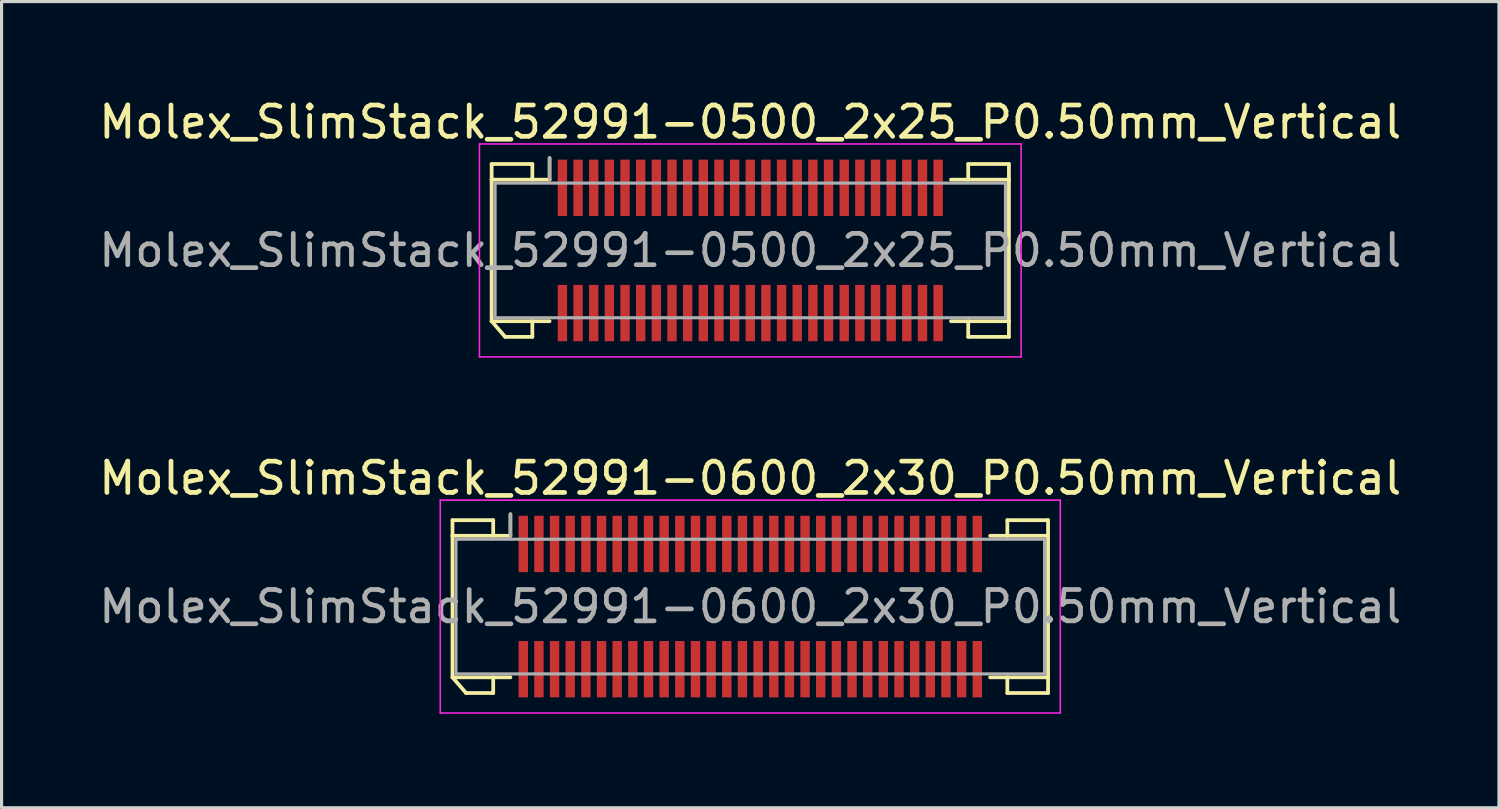
<source format=kicad_pcb>
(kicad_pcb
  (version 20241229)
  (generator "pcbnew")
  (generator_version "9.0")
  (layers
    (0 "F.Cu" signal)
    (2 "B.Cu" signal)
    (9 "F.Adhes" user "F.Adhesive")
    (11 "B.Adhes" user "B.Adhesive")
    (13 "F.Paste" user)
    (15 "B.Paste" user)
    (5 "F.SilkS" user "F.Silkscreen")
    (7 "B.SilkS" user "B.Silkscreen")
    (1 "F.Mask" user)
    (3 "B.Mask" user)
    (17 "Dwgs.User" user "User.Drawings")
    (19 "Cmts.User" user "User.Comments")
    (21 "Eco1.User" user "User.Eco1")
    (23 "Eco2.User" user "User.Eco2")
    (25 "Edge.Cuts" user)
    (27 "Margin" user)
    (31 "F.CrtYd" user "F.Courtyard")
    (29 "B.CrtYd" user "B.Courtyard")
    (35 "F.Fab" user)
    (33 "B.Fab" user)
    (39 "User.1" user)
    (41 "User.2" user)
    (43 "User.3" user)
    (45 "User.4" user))
  (footprint "Molex_SlimStack_52991-0500_2x25_P0.50mm_Vertical"
    (layer "F.Cu")
    (at 20.911 4.948)
    (property "Reference" "Molex_SlimStack_52991-0500_2x25_P0.50mm_Vertical" (at 0 -4.1 0) (layer "F.SilkS") (effects (font (size 1 1) (thickness 0.15))))
    (attr smd)
    (fp_line (start -8.26 -2.76) (end -6.96 -2.76) (stroke (width 0.12) (type solid)) (layer "F.SilkS"))
    (fp_line (start -8.26 -2.26) (end -8.26 -2.76) (stroke (width 0.12) (type solid)) (layer "F.SilkS"))
    (fp_line (start -8.26 -2.26) (end -6.41 -2.26) (stroke (width 0.12) (type solid)) (layer "F.SilkS"))
    (fp_line (start -8.26 2.26) (end -8.26 -2.26) (stroke (width 0.12) (type solid)) (layer "F.SilkS"))
    (fp_line (start -8.26 2.26) (end -7.827 2.76) (stroke (width 0.12) (type solid)) (layer "F.SilkS"))
    (fp_line (start -7.827 2.76) (end -6.96 2.76) (stroke (width 0.12) (type solid)) (layer "F.SilkS"))
    (fp_line (start -6.96 -2.76) (end -6.96 -2.26) (stroke (width 0.12) (type solid)) (layer "F.SilkS"))
    (fp_line (start -6.96 2.76) (end -6.96 2.26) (stroke (width 0.12) (type solid)) (layer "F.SilkS"))
    (fp_line (start -6.41 -2.26) (end -6.41 -2.95) (stroke (width 0.12) (type solid)) (layer "F.SilkS"))
    (fp_line (start -6.41 2.26) (end -8.26 2.26) (stroke (width 0.12) (type solid)) (layer "F.SilkS"))
    (fp_line (start 6.41 2.26) (end 8.26 2.26) (stroke (width 0.12) (type solid)) (layer "F.SilkS"))
    (fp_line (start 6.96 -2.76) (end 6.96 -2.26) (stroke (width 0.12) (type solid)) (layer "F.SilkS"))
    (fp_line (start 6.96 2.76) (end 6.96 2.26) (stroke (width 0.12) (type solid)) (layer "F.SilkS"))
    (fp_line (start 8.26 -2.76) (end 6.96 -2.76) (stroke (width 0.12) (type solid)) (layer "F.SilkS"))
    (fp_line (start 8.26 -2.26) (end 6.41 -2.26) (stroke (width 0.12) (type solid)) (layer "F.SilkS"))
    (fp_line (start 8.26 -2.26) (end 8.26 -2.76) (stroke (width 0.12) (type solid)) (layer "F.SilkS"))
    (fp_line (start 8.26 2.26) (end 8.26 -2.26) (stroke (width 0.12) (type solid)) (layer "F.SilkS"))
    (fp_line (start 8.26 2.26) (end 8.26 2.76) (stroke (width 0.12) (type solid)) (layer "F.SilkS"))
    (fp_line (start 8.26 2.76) (end 6.96 2.76) (stroke (width 0.12) (type solid)) (layer "F.SilkS"))
    (fp_line (start -8.65 -3.4) (end -8.65 3.4) (stroke (width 0.05) (type solid)) (layer "F.CrtYd"))
    (fp_line (start -8.65 3.4) (end 8.65 3.4) (stroke (width 0.05) (type solid)) (layer "F.CrtYd"))
    (fp_line (start 8.65 -3.4) (end -8.65 -3.4) (stroke (width 0.05) (type solid)) (layer "F.CrtYd"))
    (fp_line (start 8.65 3.4) (end 8.65 -3.4) (stroke (width 0.05) (type solid)) (layer "F.CrtYd"))
    (fp_line (start -8.15 -2.15) (end -8.15 2.15) (stroke (width 0.1) (type solid)) (layer "F.Fab"))
    (fp_line (start -8.15 2.15) (end 8.15 2.15) (stroke (width 0.1) (type solid)) (layer "F.Fab"))
    (fp_line (start -6.41 -2.26) (end -6.41 -2.95) (stroke (width 0.1) (type solid)) (layer "F.Fab"))
    (fp_line (start 8.15 -2.15) (end -8.15 -2.15) (stroke (width 0.1) (type solid)) (layer "F.Fab"))
    (fp_line (start 8.15 2.15) (end 8.15 -2.15) (stroke (width 0.1) (type solid)) (layer "F.Fab"))
    (fp_text user "${REFERENCE}" (at 0 0 0) (layer "F.Fab") (effects (font (size 1 1) (thickness 0.15))))
    (pad "1" smd rect (at -6 -2) (size 0.3 1.8) (layers "F.Cu" "F.Mask" "F.Paste"))
    (pad "2" smd rect (at -6 2) (size 0.3 1.8) (layers "F.Cu" "F.Mask" "F.Paste"))
    (pad "3" smd rect (at -5.5 -2) (size 0.3 1.8) (layers "F.Cu" "F.Mask" "F.Paste"))
    (pad "4" smd rect (at -5.5 2) (size 0.3 1.8) (layers "F.Cu" "F.Mask" "F.Paste"))
    (pad "5" smd rect (at -5 -2) (size 0.3 1.8) (layers "F.Cu" "F.Mask" "F.Paste"))
    (pad "6" smd rect (at -5 2) (size 0.3 1.8) (layers "F.Cu" "F.Mask" "F.Paste"))
    (pad "7" smd rect (at -4.5 -2) (size 0.3 1.8) (layers "F.Cu" "F.Mask" "F.Paste"))
    (pad "8" smd rect (at -4.5 2) (size 0.3 1.8) (layers "F.Cu" "F.Mask" "F.Paste"))
    (pad "9" smd rect (at -4 -2) (size 0.3 1.8) (layers "F.Cu" "F.Mask" "F.Paste"))
    (pad "10" smd rect (at -4 2) (size 0.3 1.8) (layers "F.Cu" "F.Mask" "F.Paste"))
    (pad "11" smd rect (at -3.5 -2) (size 0.3 1.8) (layers "F.Cu" "F.Mask" "F.Paste"))
    (pad "12" smd rect (at -3.5 2) (size 0.3 1.8) (layers "F.Cu" "F.Mask" "F.Paste"))
    (pad "13" smd rect (at -3 -2) (size 0.3 1.8) (layers "F.Cu" "F.Mask" "F.Paste"))
    (pad "14" smd rect (at -3 2) (size 0.3 1.8) (layers "F.Cu" "F.Mask" "F.Paste"))
    (pad "15" smd rect (at -2.5 -2) (size 0.3 1.8) (layers "F.Cu" "F.Mask" "F.Paste"))
    (pad "16" smd rect (at -2.5 2) (size 0.3 1.8) (layers "F.Cu" "F.Mask" "F.Paste"))
    (pad "17" smd rect (at -2 -2) (size 0.3 1.8) (layers "F.Cu" "F.Mask" "F.Paste"))
    (pad "18" smd rect (at -2 2) (size 0.3 1.8) (layers "F.Cu" "F.Mask" "F.Paste"))
    (pad "19" smd rect (at -1.5 -2) (size 0.3 1.8) (layers "F.Cu" "F.Mask" "F.Paste"))
    (pad "20" smd rect (at -1.5 2) (size 0.3 1.8) (layers "F.Cu" "F.Mask" "F.Paste"))
    (pad "21" smd rect (at -1 -2) (size 0.3 1.8) (layers "F.Cu" "F.Mask" "F.Paste"))
    (pad "22" smd rect (at -1 2) (size 0.3 1.8) (layers "F.Cu" "F.Mask" "F.Paste"))
    (pad "23" smd rect (at -0.5 -2) (size 0.3 1.8) (layers "F.Cu" "F.Mask" "F.Paste"))
    (pad "24" smd rect (at -0.5 2) (size 0.3 1.8) (layers "F.Cu" "F.Mask" "F.Paste"))
    (pad "25" smd rect (at 0 -2) (size 0.3 1.8) (layers "F.Cu" "F.Mask" "F.Paste"))
    (pad "26" smd rect (at 0 2) (size 0.3 1.8) (layers "F.Cu" "F.Mask" "F.Paste"))
    (pad "27" smd rect (at 0.5 -2) (size 0.3 1.8) (layers "F.Cu" "F.Mask" "F.Paste"))
    (pad "28" smd rect (at 0.5 2) (size 0.3 1.8) (layers "F.Cu" "F.Mask" "F.Paste"))
    (pad "29" smd rect (at 1 -2) (size 0.3 1.8) (layers "F.Cu" "F.Mask" "F.Paste"))
    (pad "30" smd rect (at 1 2) (size 0.3 1.8) (layers "F.Cu" "F.Mask" "F.Paste"))
    (pad "31" smd rect (at 1.5 -2) (size 0.3 1.8) (layers "F.Cu" "F.Mask" "F.Paste"))
    (pad "32" smd rect (at 1.5 2) (size 0.3 1.8) (layers "F.Cu" "F.Mask" "F.Paste"))
    (pad "33" smd rect (at 2 -2) (size 0.3 1.8) (layers "F.Cu" "F.Mask" "F.Paste"))
    (pad "34" smd rect (at 2 2) (size 0.3 1.8) (layers "F.Cu" "F.Mask" "F.Paste"))
    (pad "35" smd rect (at 2.5 -2) (size 0.3 1.8) (layers "F.Cu" "F.Mask" "F.Paste"))
    (pad "36" smd rect (at 2.5 2) (size 0.3 1.8) (layers "F.Cu" "F.Mask" "F.Paste"))
    (pad "37" smd rect (at 3 -2) (size 0.3 1.8) (layers "F.Cu" "F.Mask" "F.Paste"))
    (pad "38" smd rect (at 3 2) (size 0.3 1.8) (layers "F.Cu" "F.Mask" "F.Paste"))
    (pad "39" smd rect (at 3.5 -2) (size 0.3 1.8) (layers "F.Cu" "F.Mask" "F.Paste"))
    (pad "40" smd rect (at 3.5 2) (size 0.3 1.8) (layers "F.Cu" "F.Mask" "F.Paste"))
    (pad "41" smd rect (at 4 -2) (size 0.3 1.8) (layers "F.Cu" "F.Mask" "F.Paste"))
    (pad "42" smd rect (at 4 2) (size 0.3 1.8) (layers "F.Cu" "F.Mask" "F.Paste"))
    (pad "43" smd rect (at 4.5 -2) (size 0.3 1.8) (layers "F.Cu" "F.Mask" "F.Paste"))
    (pad "44" smd rect (at 4.5 2) (size 0.3 1.8) (layers "F.Cu" "F.Mask" "F.Paste"))
    (pad "45" smd rect (at 5 -2) (size 0.3 1.8) (layers "F.Cu" "F.Mask" "F.Paste"))
    (pad "46" smd rect (at 5 2) (size 0.3 1.8) (layers "F.Cu" "F.Mask" "F.Paste"))
    (pad "47" smd rect (at 5.5 -2) (size 0.3 1.8) (layers "F.Cu" "F.Mask" "F.Paste"))
    (pad "48" smd rect (at 5.5 2) (size 0.3 1.8) (layers "F.Cu" "F.Mask" "F.Paste"))
    (pad "49" smd rect (at 6 -2) (size 0.3 1.8) (layers "F.Cu" "F.Mask" "F.Paste"))
    (pad "50" smd rect (at 6 2) (size 0.3 1.8) (layers "F.Cu" "F.Mask" "F.Paste")))
  (footprint "Molex_SlimStack_52991-0600_2x30_P0.50mm_Vertical"
    (layer "F.Cu")
    (at 20.911 16.322)
    (property "Reference" "Molex_SlimStack_52991-0600_2x30_P0.50mm_Vertical" (at 0 -4.1 0) (layer "F.SilkS") (effects (font (size 1 1) (thickness 0.15))))
    (attr smd)
    (fp_line (start -9.51 -2.76) (end -8.21 -2.76) (stroke (width 0.12) (type solid)) (layer "F.SilkS"))
    (fp_line (start -9.51 -2.26) (end -9.51 -2.76) (stroke (width 0.12) (type solid)) (layer "F.SilkS"))
    (fp_line (start -9.51 -2.26) (end -7.66 -2.26) (stroke (width 0.12) (type solid)) (layer "F.SilkS"))
    (fp_line (start -9.51 2.26) (end -9.51 -2.26) (stroke (width 0.12) (type solid)) (layer "F.SilkS"))
    (fp_line (start -9.51 2.26) (end -9.077 2.76) (stroke (width 0.12) (type solid)) (layer "F.SilkS"))
    (fp_line (start -9.077 2.76) (end -8.21 2.76) (stroke (width 0.12) (type solid)) (layer "F.SilkS"))
    (fp_line (start -8.21 -2.76) (end -8.21 -2.26) (stroke (width 0.12) (type solid)) (layer "F.SilkS"))
    (fp_line (start -8.21 2.76) (end -8.21 2.26) (stroke (width 0.12) (type solid)) (layer "F.SilkS"))
    (fp_line (start -7.66 -2.26) (end -7.66 -2.95) (stroke (width 0.12) (type solid)) (layer "F.SilkS"))
    (fp_line (start -7.66 2.26) (end -9.51 2.26) (stroke (width 0.12) (type solid)) (layer "F.SilkS"))
    (fp_line (start 7.66 2.26) (end 9.51 2.26) (stroke (width 0.12) (type solid)) (layer "F.SilkS"))
    (fp_line (start 8.21 -2.76) (end 8.21 -2.26) (stroke (width 0.12) (type solid)) (layer "F.SilkS"))
    (fp_line (start 8.21 2.76) (end 8.21 2.26) (stroke (width 0.12) (type solid)) (layer "F.SilkS"))
    (fp_line (start 9.51 -2.76) (end 8.21 -2.76) (stroke (width 0.12) (type solid)) (layer "F.SilkS"))
    (fp_line (start 9.51 -2.26) (end 7.66 -2.26) (stroke (width 0.12) (type solid)) (layer "F.SilkS"))
    (fp_line (start 9.51 -2.26) (end 9.51 -2.76) (stroke (width 0.12) (type solid)) (layer "F.SilkS"))
    (fp_line (start 9.51 2.26) (end 9.51 -2.26) (stroke (width 0.12) (type solid)) (layer "F.SilkS"))
    (fp_line (start 9.51 2.26) (end 9.51 2.76) (stroke (width 0.12) (type solid)) (layer "F.SilkS"))
    (fp_line (start 9.51 2.76) (end 8.21 2.76) (stroke (width 0.12) (type solid)) (layer "F.SilkS"))
    (fp_line (start -9.9 -3.4) (end -9.9 3.4) (stroke (width 0.05) (type solid)) (layer "F.CrtYd"))
    (fp_line (start -9.9 3.4) (end 9.9 3.4) (stroke (width 0.05) (type solid)) (layer "F.CrtYd"))
    (fp_line (start 9.9 -3.4) (end -9.9 -3.4) (stroke (width 0.05) (type solid)) (layer "F.CrtYd"))
    (fp_line (start 9.9 3.4) (end 9.9 -3.4) (stroke (width 0.05) (type solid)) (layer "F.CrtYd"))
    (fp_line (start -9.4 -2.15) (end -9.4 2.15) (stroke (width 0.1) (type solid)) (layer "F.Fab"))
    (fp_line (start -9.4 2.15) (end 9.4 2.15) (stroke (width 0.1) (type solid)) (layer "F.Fab"))
    (fp_line (start -7.66 -2.26) (end -7.66 -2.95) (stroke (width 0.1) (type solid)) (layer "F.Fab"))
    (fp_line (start 9.4 -2.15) (end -9.4 -2.15) (stroke (width 0.1) (type solid)) (layer "F.Fab"))
    (fp_line (start 9.4 2.15) (end 9.4 -2.15) (stroke (width 0.1) (type solid)) (layer "F.Fab"))
    (fp_text user "${REFERENCE}" (at 0 0 0) (layer "F.Fab") (effects (font (size 1 1) (thickness 0.15))))
    (pad "1" smd rect (at -7.25 -2) (size 0.3 1.8) (layers "F.Cu" "F.Mask" "F.Paste"))
    (pad "2" smd rect (at -7.25 2) (size 0.3 1.8) (layers "F.Cu" "F.Mask" "F.Paste"))
    (pad "3" smd rect (at -6.75 -2) (size 0.3 1.8) (layers "F.Cu" "F.Mask" "F.Paste"))
    (pad "4" smd rect (at -6.75 2) (size 0.3 1.8) (layers "F.Cu" "F.Mask" "F.Paste"))
    (pad "5" smd rect (at -6.25 -2) (size 0.3 1.8) (layers "F.Cu" "F.Mask" "F.Paste"))
    (pad "6" smd rect (at -6.25 2) (size 0.3 1.8) (layers "F.Cu" "F.Mask" "F.Paste"))
    (pad "7" smd rect (at -5.75 -2) (size 0.3 1.8) (layers "F.Cu" "F.Mask" "F.Paste"))
    (pad "8" smd rect (at -5.75 2) (size 0.3 1.8) (layers "F.Cu" "F.Mask" "F.Paste"))
    (pad "9" smd rect (at -5.25 -2) (size 0.3 1.8) (layers "F.Cu" "F.Mask" "F.Paste"))
    (pad "10" smd rect (at -5.25 2) (size 0.3 1.8) (layers "F.Cu" "F.Mask" "F.Paste"))
    (pad "11" smd rect (at -4.75 -2) (size 0.3 1.8) (layers "F.Cu" "F.Mask" "F.Paste"))
    (pad "12" smd rect (at -4.75 2) (size 0.3 1.8) (layers "F.Cu" "F.Mask" "F.Paste"))
    (pad "13" smd rect (at -4.25 -2) (size 0.3 1.8) (layers "F.Cu" "F.Mask" "F.Paste"))
    (pad "14" smd rect (at -4.25 2) (size 0.3 1.8) (layers "F.Cu" "F.Mask" "F.Paste"))
    (pad "15" smd rect (at -3.75 -2) (size 0.3 1.8) (layers "F.Cu" "F.Mask" "F.Paste"))
    (pad "16" smd rect (at -3.75 2) (size 0.3 1.8) (layers "F.Cu" "F.Mask" "F.Paste"))
    (pad "17" smd rect (at -3.25 -2) (size 0.3 1.8) (layers "F.Cu" "F.Mask" "F.Paste"))
    (pad "18" smd rect (at -3.25 2) (size 0.3 1.8) (layers "F.Cu" "F.Mask" "F.Paste"))
    (pad "19" smd rect (at -2.75 -2) (size 0.3 1.8) (layers "F.Cu" "F.Mask" "F.Paste"))
    (pad "20" smd rect (at -2.75 2) (size 0.3 1.8) (layers "F.Cu" "F.Mask" "F.Paste"))
    (pad "21" smd rect (at -2.25 -2) (size 0.3 1.8) (layers "F.Cu" "F.Mask" "F.Paste"))
    (pad "22" smd rect (at -2.25 2) (size 0.3 1.8) (layers "F.Cu" "F.Mask" "F.Paste"))
    (pad "23" smd rect (at -1.75 -2) (size 0.3 1.8) (layers "F.Cu" "F.Mask" "F.Paste"))
    (pad "24" smd rect (at -1.75 2) (size 0.3 1.8) (layers "F.Cu" "F.Mask" "F.Paste"))
    (pad "25" smd rect (at -1.25 -2) (size 0.3 1.8) (layers "F.Cu" "F.Mask" "F.Paste"))
    (pad "26" smd rect (at -1.25 2) (size 0.3 1.8) (layers "F.Cu" "F.Mask" "F.Paste"))
    (pad "27" smd rect (at -0.75 -2) (size 0.3 1.8) (layers "F.Cu" "F.Mask" "F.Paste"))
    (pad "28" smd rect (at -0.75 2) (size 0.3 1.8) (layers "F.Cu" "F.Mask" "F.Paste"))
    (pad "29" smd rect (at -0.25 -2) (size 0.3 1.8) (layers "F.Cu" "F.Mask" "F.Paste"))
    (pad "30" smd rect (at -0.25 2) (size 0.3 1.8) (layers "F.Cu" "F.Mask" "F.Paste"))
    (pad "31" smd rect (at 0.25 -2) (size 0.3 1.8) (layers "F.Cu" "F.Mask" "F.Paste"))
    (pad "32" smd rect (at 0.25 2) (size 0.3 1.8) (layers "F.Cu" "F.Mask" "F.Paste"))
    (pad "33" smd rect (at 0.75 -2) (size 0.3 1.8) (layers "F.Cu" "F.Mask" "F.Paste"))
    (pad "34" smd rect (at 0.75 2) (size 0.3 1.8) (layers "F.Cu" "F.Mask" "F.Paste"))
    (pad "35" smd rect (at 1.25 -2) (size 0.3 1.8) (layers "F.Cu" "F.Mask" "F.Paste"))
    (pad "36" smd rect (at 1.25 2) (size 0.3 1.8) (layers "F.Cu" "F.Mask" "F.Paste"))
    (pad "37" smd rect (at 1.75 -2) (size 0.3 1.8) (layers "F.Cu" "F.Mask" "F.Paste"))
    (pad "38" smd rect (at 1.75 2) (size 0.3 1.8) (layers "F.Cu" "F.Mask" "F.Paste"))
    (pad "39" smd rect (at 2.25 -2) (size 0.3 1.8) (layers "F.Cu" "F.Mask" "F.Paste"))
    (pad "40" smd rect (at 2.25 2) (size 0.3 1.8) (layers "F.Cu" "F.Mask" "F.Paste"))
    (pad "41" smd rect (at 2.75 -2) (size 0.3 1.8) (layers "F.Cu" "F.Mask" "F.Paste"))
    (pad "42" smd rect (at 2.75 2) (size 0.3 1.8) (layers "F.Cu" "F.Mask" "F.Paste"))
    (pad "43" smd rect (at 3.25 -2) (size 0.3 1.8) (layers "F.Cu" "F.Mask" "F.Paste"))
    (pad "44" smd rect (at 3.25 2) (size 0.3 1.8) (layers "F.Cu" "F.Mask" "F.Paste"))
    (pad "45" smd rect (at 3.75 -2) (size 0.3 1.8) (layers "F.Cu" "F.Mask" "F.Paste"))
    (pad "46" smd rect (at 3.75 2) (size 0.3 1.8) (layers "F.Cu" "F.Mask" "F.Paste"))
    (pad "47" smd rect (at 4.25 -2) (size 0.3 1.8) (layers "F.Cu" "F.Mask" "F.Paste"))
    (pad "48" smd rect (at 4.25 2) (size 0.3 1.8) (layers "F.Cu" "F.Mask" "F.Paste"))
    (pad "49" smd rect (at 4.75 -2) (size 0.3 1.8) (layers "F.Cu" "F.Mask" "F.Paste"))
    (pad "50" smd rect (at 4.75 2) (size 0.3 1.8) (layers "F.Cu" "F.Mask" "F.Paste"))
    (pad "51" smd rect (at 5.25 -2) (size 0.3 1.8) (layers "F.Cu" "F.Mask" "F.Paste"))
    (pad "52" smd rect (at 5.25 2) (size 0.3 1.8) (layers "F.Cu" "F.Mask" "F.Paste"))
    (pad "53" smd rect (at 5.75 -2) (size 0.3 1.8) (layers "F.Cu" "F.Mask" "F.Paste"))
    (pad "54" smd rect (at 5.75 2) (size 0.3 1.8) (layers "F.Cu" "F.Mask" "F.Paste"))
    (pad "55" smd rect (at 6.25 -2) (size 0.3 1.8) (layers "F.Cu" "F.Mask" "F.Paste"))
    (pad "56" smd rect (at 6.25 2) (size 0.3 1.8) (layers "F.Cu" "F.Mask" "F.Paste"))
    (pad "57" smd rect (at 6.75 -2) (size 0.3 1.8) (layers "F.Cu" "F.Mask" "F.Paste"))
    (pad "58" smd rect (at 6.75 2) (size 0.3 1.8) (layers "F.Cu" "F.Mask" "F.Paste"))
    (pad "59" smd rect (at 7.25 -2) (size 0.3 1.8) (layers "F.Cu" "F.Mask" "F.Paste"))
    (pad "60" smd rect (at 7.25 2) (size 0.3 1.8) (layers "F.Cu" "F.Mask" "F.Paste")))
  (gr_rect
    (start -3 -3)
    (end 44.821 22.747)
    (stroke (width 0.1) (type default))
    (fill no)
    (layer "Edge.Cuts")))
</source>
